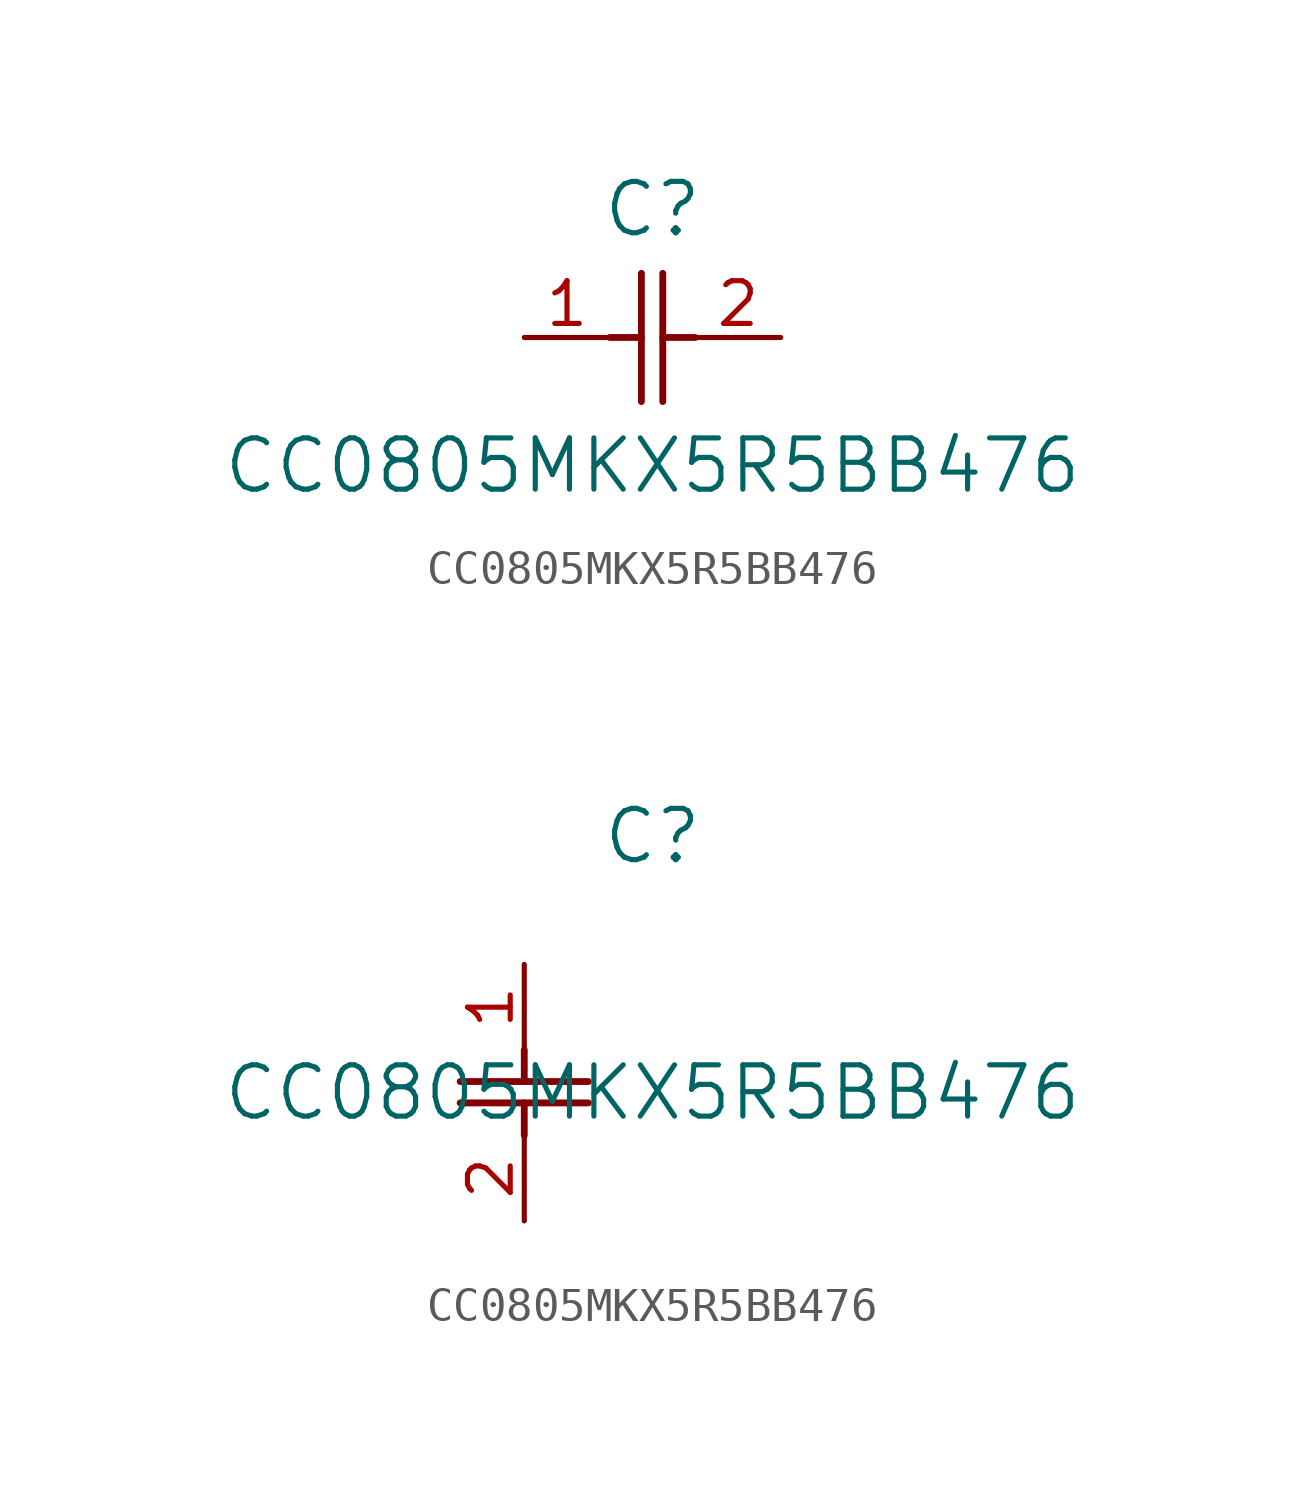
<source format=kicad_sym>
(kicad_symbol_lib
  (version 20211014)
  (generator kicad_symbol_editor)
  (symbol "CC0805MKX5R5BB476"
    (pin_names
      (offset 0.254))
    (property "Reference" "C"
      (at 3.81 3.81 0)
      (effects (font (size 1.524 1.524))))
    (property "Value" "CC0805MKX5R5BB476"
      (at 3.81 -3.81 0)
      (effects (font (size 1.524 1.524))))
    (symbol "CC0805MKX5R5BB476_1_1"
      (polyline (pts (xy 3.48 -1.905) (xy 3.48 1.905)) (stroke (width 0.203) (type default) (color 0 0 0 0)) (fill (type none)))
      (polyline (pts (xy 4.115 -1.905) (xy 4.115 1.905)) (stroke (width 0.203) (type default) (color 0 0 0 0)) (fill (type none)))
      (polyline (pts (xy 4.115 0) (xy 5.08 0)) (stroke (width 0.203) (type default) (color 0 0 0 0)) (fill (type none)))
      (polyline (pts (xy 2.54 0) (xy 3.48 0)) (stroke (width 0.203) (type default) (color 0 0 0 0)) (fill (type none)))
      (pin unspecified line (at 0 0 0) (length 2.54) (name "" (effects (font (size 1.27 1.27)))) (number "1" (effects (font (size 1.27 1.27)))))
      (pin unspecified line (at 7.62 0 180) (length 2.54) (name "" (effects (font (size 1.27 1.27)))) (number "2" (effects (font (size 1.27 1.27))))))
    (symbol "CC0805MKX5R5BB476_1_2"
      (polyline (pts (xy -1.905 -3.48) (xy 1.905 -3.48)) (stroke (width 0.203) (type default) (color 0 0 0 0)) (fill (type none)))
      (polyline (pts (xy -1.905 -4.115) (xy 1.905 -4.115)) (stroke (width 0.203) (type default) (color 0 0 0 0)) (fill (type none)))
      (polyline (pts (xy 0 -4.115) (xy 0 -5.08)) (stroke (width 0.203) (type default) (color 0 0 0 0)) (fill (type none)))
      (polyline (pts (xy 0 -2.54) (xy 0 -3.48)) (stroke (width 0.203) (type default) (color 0 0 0 0)) (fill (type none)))
      (pin unspecified line (at 0 0 270) (length 2.54) (name "" (effects (font (size 1.27 1.27)))) (number "1" (effects (font (size 1.27 1.27)))))
      (pin unspecified line (at 0 -7.62 90) (length 2.54) (name "" (effects (font (size 1.27 1.27)))) (number "2" (effects (font (size 1.27 1.27))))))))
</source>
